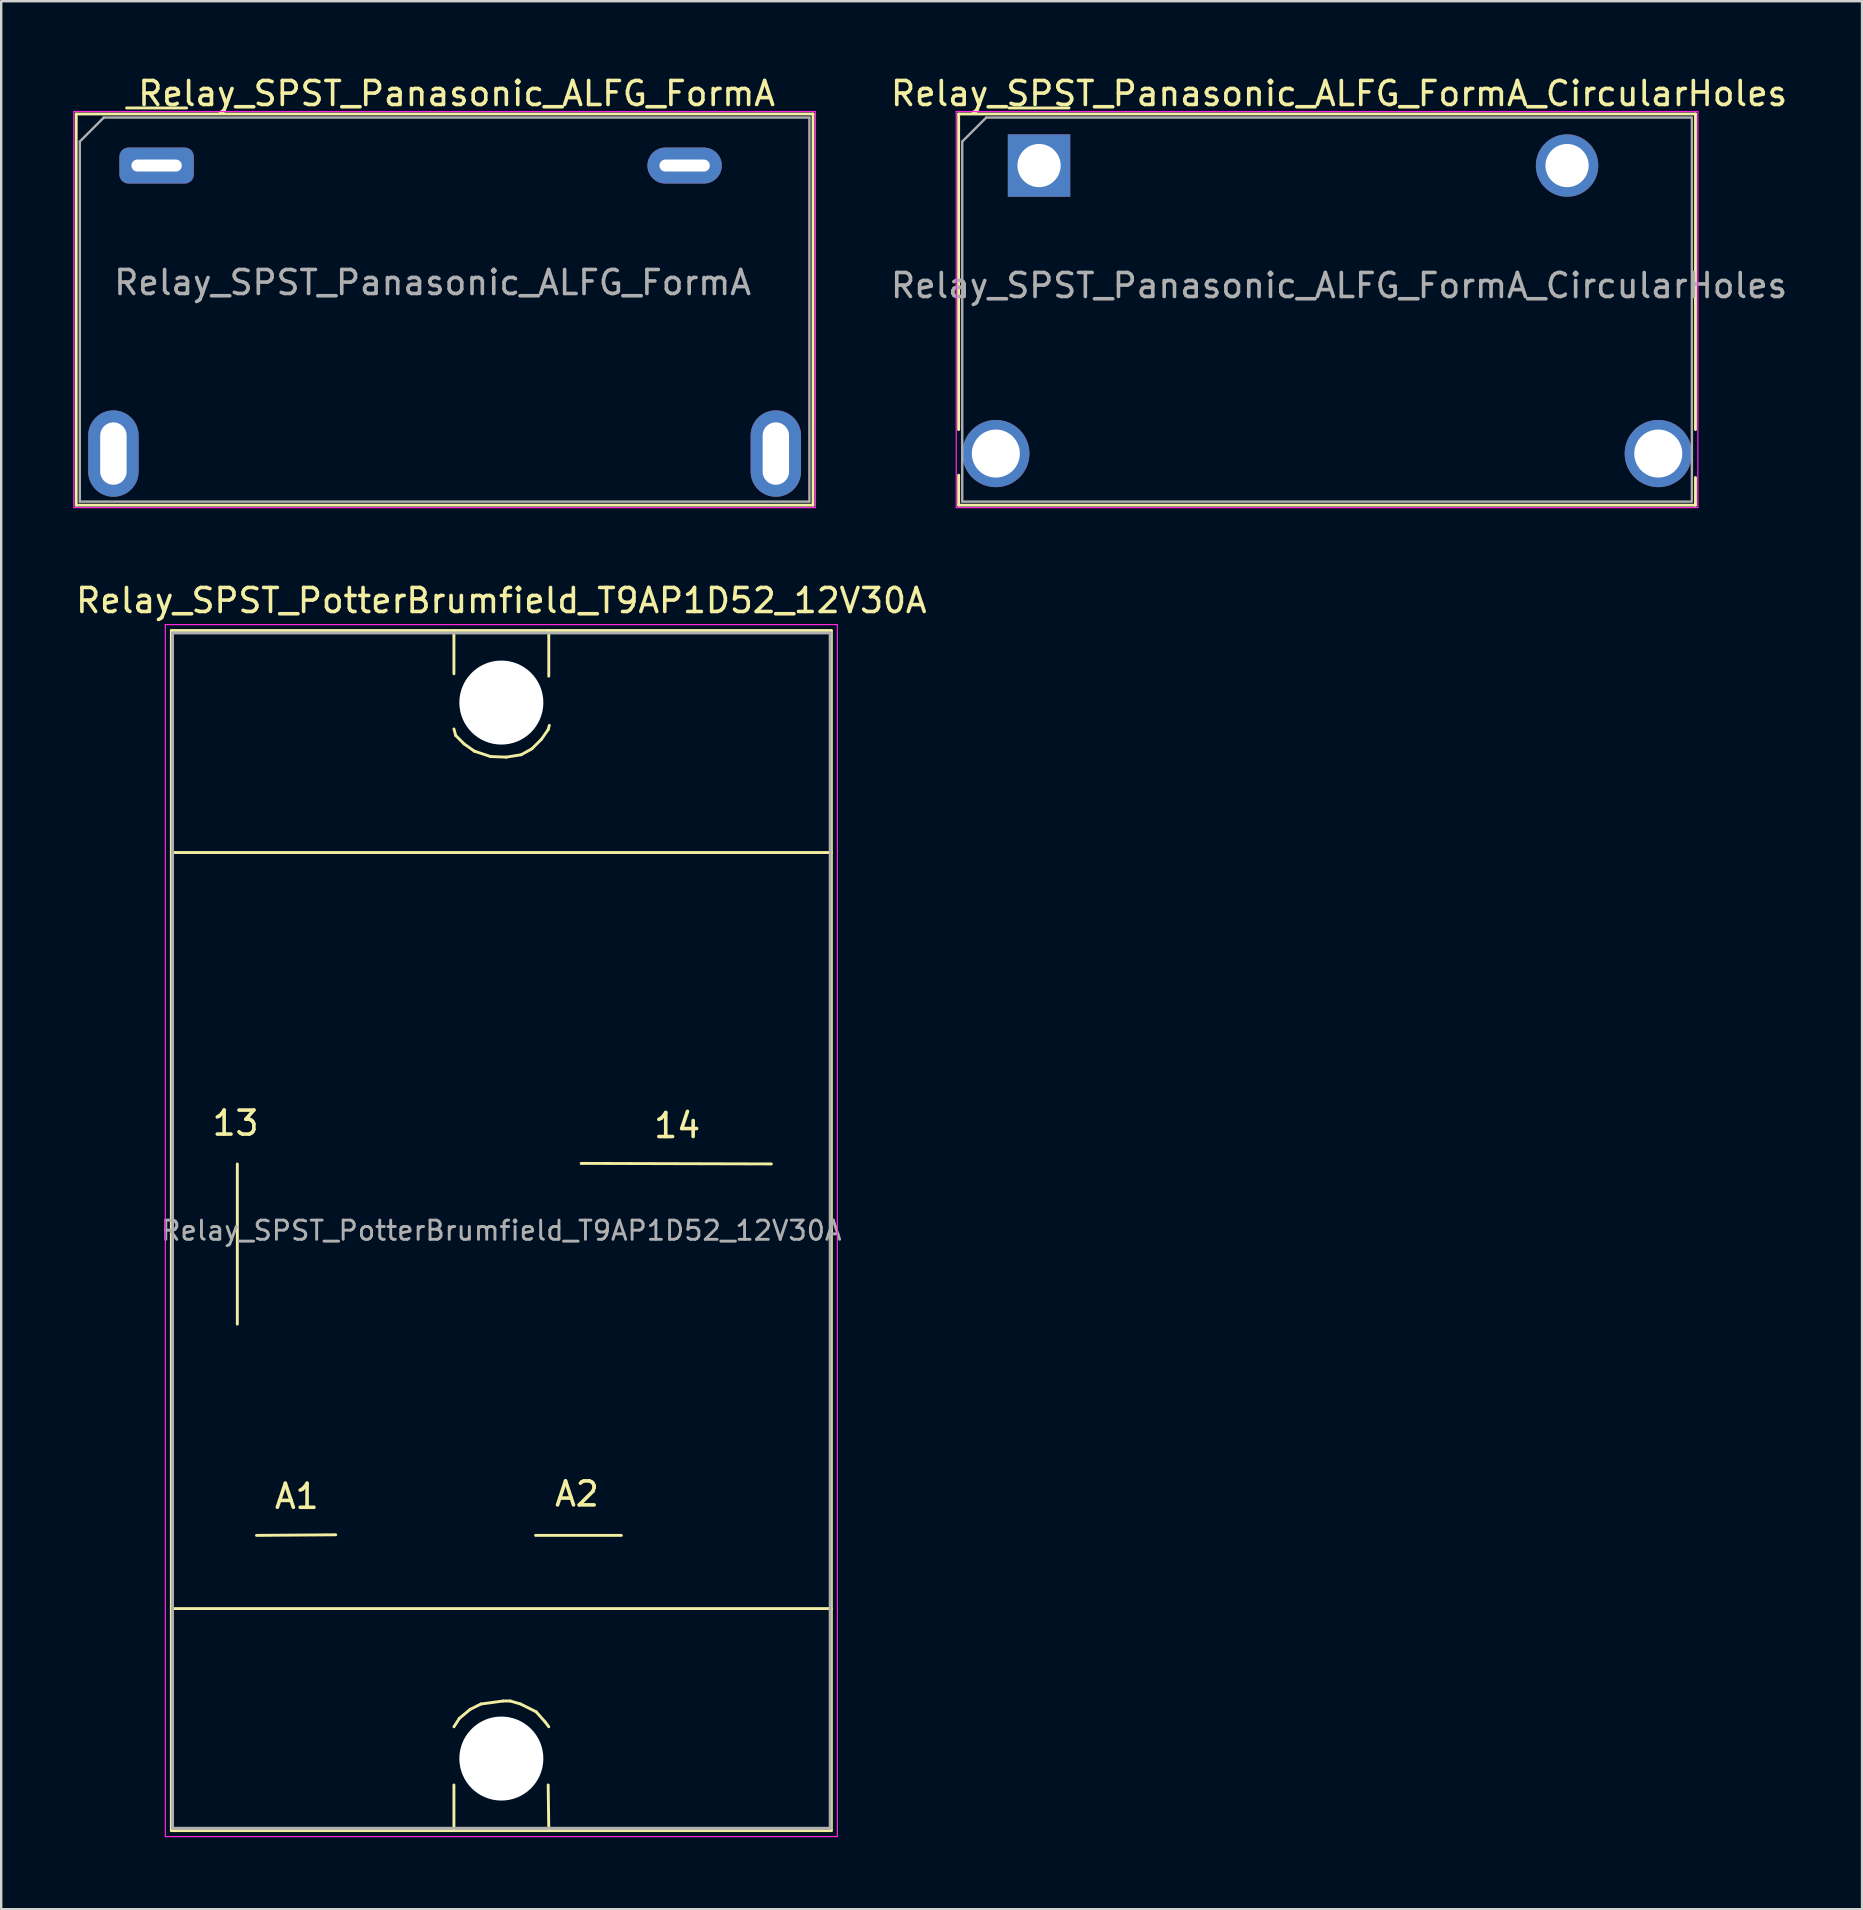
<source format=kicad_pcb>
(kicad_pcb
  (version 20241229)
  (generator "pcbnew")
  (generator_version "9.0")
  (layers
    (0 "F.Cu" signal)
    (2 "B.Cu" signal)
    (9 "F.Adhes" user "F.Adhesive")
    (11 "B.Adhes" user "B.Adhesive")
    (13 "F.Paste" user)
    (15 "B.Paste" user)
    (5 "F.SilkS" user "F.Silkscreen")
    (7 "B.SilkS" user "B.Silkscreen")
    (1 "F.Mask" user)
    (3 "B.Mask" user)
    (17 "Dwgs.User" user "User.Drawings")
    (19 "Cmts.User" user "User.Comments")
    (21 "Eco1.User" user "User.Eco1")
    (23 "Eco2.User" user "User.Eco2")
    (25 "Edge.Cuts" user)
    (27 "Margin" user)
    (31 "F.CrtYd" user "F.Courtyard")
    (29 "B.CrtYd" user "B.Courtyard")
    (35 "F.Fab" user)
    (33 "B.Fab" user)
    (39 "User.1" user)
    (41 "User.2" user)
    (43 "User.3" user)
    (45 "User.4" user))
  (footprint "Relay_SPST_PotterBrumfield_T9AP1D52_12V30A"
    (layer "F.Cu")
    (at 17.839 26.223)
    (property "Reference" "Relay_SPST_PotterBrumfield_T9AP1D52_12V30A" (at 0 -4.251 0) (layer "F.SilkS") (effects (font (size 1 1) (thickness 0.15))))
    (attr through_hole)
    (fp_line (start -13.749 -3.002) (end -13.749 47) (stroke (width 0.12) (type solid)) (layer "F.SilkS"))
    (fp_line (start -13.749 6.248) (end 13.749 6.248) (stroke (width 0.12) (type solid)) (layer "F.SilkS"))
    (fp_line (start -13.749 47) (end 13.749 47) (stroke (width 0.12) (type solid)) (layer "F.SilkS"))
    (fp_line (start -11.001 19.223) (end -11.001 25.898) (stroke (width 0.12) (type solid)) (layer "F.SilkS"))
    (fp_line (start -6.901 34.674) (end -10.201 34.699) (stroke (width 0.12) (type solid)) (layer "F.SilkS"))
    (fp_line (start -1.976 -1.201) (end -1.976 -3.002) (stroke (width 0.12) (type solid)) (layer "F.SilkS"))
    (fp_line (start -1.976 1.1) (end -1.9 1.374) (stroke (width 0.12) (type solid)) (layer "F.SilkS"))
    (fp_line (start -1.976 45.098) (end -1.976 47) (stroke (width 0.12) (type solid)) (layer "F.SilkS"))
    (fp_line (start -1.9 1.374) (end -1.549 1.725) (stroke (width 0.12) (type solid)) (layer "F.SilkS"))
    (fp_line (start -1.75 42.324) (end -1.976 42.675) (stroke (width 0.12) (type solid)) (layer "F.SilkS"))
    (fp_line (start -1.549 1.725) (end -1.125 2.024) (stroke (width 0.12) (type solid)) (layer "F.SilkS"))
    (fp_line (start -1.3 41.948) (end -1.75 42.324) (stroke (width 0.12) (type solid)) (layer "F.SilkS"))
    (fp_line (start -1.125 2.024) (end -0.45 2.248) (stroke (width 0.12) (type solid)) (layer "F.SilkS"))
    (fp_line (start -0.851 41.725) (end -1.3 41.948) (stroke (width 0.12) (type solid)) (layer "F.SilkS"))
    (fp_line (start -0.45 2.248) (end 0.201 2.273) (stroke (width 0.12) (type solid)) (layer "F.SilkS"))
    (fp_line (start 0.076 41.6) (end -0.851 41.725) (stroke (width 0.12) (type solid)) (layer "F.SilkS"))
    (fp_line (start 0.201 2.273) (end 0.826 2.174) (stroke (width 0.12) (type solid)) (layer "F.SilkS"))
    (fp_line (start 0.376 41.6) (end 0.076 41.6) (stroke (width 0.12) (type solid)) (layer "F.SilkS"))
    (fp_line (start 0.8 41.725) (end 0.376 41.6) (stroke (width 0.12) (type solid)) (layer "F.SilkS"))
    (fp_line (start 0.826 2.174) (end 1.275 1.923) (stroke (width 0.12) (type solid)) (layer "F.SilkS"))
    (fp_line (start 1.275 1.923) (end 1.674 1.524) (stroke (width 0.12) (type solid)) (layer "F.SilkS"))
    (fp_line (start 1.425 34.699) (end 5.001 34.699) (stroke (width 0.12) (type solid)) (layer "F.SilkS"))
    (fp_line (start 1.45 42.05) (end 0.8 41.725) (stroke (width 0.12) (type solid)) (layer "F.SilkS"))
    (fp_line (start 1.674 1.524) (end 1.951 1.123) (stroke (width 0.12) (type solid)) (layer "F.SilkS"))
    (fp_line (start 1.826 42.474) (end 1.45 42.05) (stroke (width 0.12) (type solid)) (layer "F.SilkS"))
    (fp_line (start 1.951 1.123) (end 1.999 0.95) (stroke (width 0.12) (type solid)) (layer "F.SilkS"))
    (fp_line (start 1.951 45.098) (end 1.976 46.975) (stroke (width 0.12) (type solid)) (layer "F.SilkS"))
    (fp_line (start 1.976 -1.1) (end 1.976 -3.002) (stroke (width 0.12) (type solid)) (layer "F.SilkS"))
    (fp_line (start 1.976 42.675) (end 1.826 42.474) (stroke (width 0.12) (type solid)) (layer "F.SilkS"))
    (fp_line (start 3.35 19.2) (end 3.325 19.2) (stroke (width 0.12) (type solid)) (layer "F.SilkS"))
    (fp_line (start 11.25 19.223) (end 3.35 19.2) (stroke (width 0.12) (type solid)) (layer "F.SilkS"))
    (fp_line (start 13.749 -3.002) (end -13.749 -3.002) (stroke (width 0.12) (type solid)) (layer "F.SilkS"))
    (fp_line (start 13.749 21.999) (end 13.749 -3.002) (stroke (width 0.12) (type solid)) (layer "F.SilkS"))
    (fp_line (start 13.749 37.749) (end -13.749 37.749) (stroke (width 0.12) (type solid)) (layer "F.SilkS"))
    (fp_line (start 13.749 47) (end 13.749 21.999) (stroke (width 0.12) (type solid)) (layer "F.SilkS"))
    (fp_line (start -14 -3.25) (end -14 47.25) (stroke (width 0.05) (type solid)) (layer "F.CrtYd"))
    (fp_line (start -14 47.25) (end 14 47.25) (stroke (width 0.05) (type solid)) (layer "F.CrtYd"))
    (fp_line (start 14 -3.25) (end -14 -3.25) (stroke (width 0.05) (type solid)) (layer "F.CrtYd"))
    (fp_line (start 14 47.25) (end 14 -3.25) (stroke (width 0.05) (type solid)) (layer "F.CrtYd"))
    (fp_line (start -13.7 -2.9) (end -13.7 46.9) (stroke (width 0.12) (type solid)) (layer "F.Fab"))
    (fp_line (start -13.7 46.9) (end 13.7 46.9) (stroke (width 0.12) (type solid)) (layer "F.Fab"))
    (fp_line (start 13.7 -2.9) (end -13.7 -2.9) (stroke (width 0.12) (type solid)) (layer "F.Fab"))
    (fp_line (start 13.7 46.9) (end 13.7 -2.9) (stroke (width 0.12) (type solid)) (layer "F.Fab"))
    (fp_text user "A1" (at -8.524 33.073 0) (layer "F.SilkS") (effects (font (size 1 1) (thickness 0.15))))
    (fp_text user "A2" (at 3.15 32.974 0) (layer "F.SilkS") (effects (font (size 1 1) (thickness 0.15))))
    (fp_text user "14" (at 7.325 17.625 0) (layer "F.SilkS") (effects (font (size 1 1) (thickness 0.15))))
    (fp_text user "13" (at -11.074 17.523 0) (layer "F.SilkS") (effects (font (size 1 1) (thickness 0.15))))
    (fp_text user "${REFERENCE}" (at 0 21.999 0) (layer "F.Fab") (effects (font (size 0.8 0.8) (thickness 0.12))))
    (pad "" np_thru_hole circle (at 0 0) (size 3.5 3.5) (drill 3.5) (layers "*.Cu" "*.Mask"))
    (pad "" np_thru_hole circle (at 0 43.998) (size 3.5 3.5) (drill 3.5) (layers "*.Cu" "*.Mask")))
  (footprint "Relay_SPST_Panasonic_ALFG_FormA_CircularHoles"
    (layer "F.Cu")
    (at 40.242 3.848)
    (property "Reference" "Relay_SPST_Panasonic_ALFG_FormA_CircularHoles" (at 12.5 -3 0) (layer "F.SilkS") (effects (font (size 1 1) (thickness 0.15))))
    (attr through_hole)
    (fp_line (start -3.35 -2.15) (end -3.35 11) (stroke (width 0.12) (type solid)) (layer "F.SilkS"))
    (fp_line (start -3.35 14.15) (end -3.35 12.9) (stroke (width 0.12) (type solid)) (layer "F.SilkS"))
    (fp_line (start -3.35 14.15) (end 27.35 14.15) (stroke (width 0.12) (type solid)) (layer "F.SilkS"))
    (fp_line (start -1.25 -2.4) (end 1.25 -2.4) (stroke (width 0.12) (type solid)) (layer "F.SilkS"))
    (fp_line (start 27.35 -2.15) (end -3.35 -2.15) (stroke (width 0.12) (type solid)) (layer "F.SilkS"))
    (fp_line (start 27.35 11) (end 27.35 -2.15) (stroke (width 0.12) (type solid)) (layer "F.SilkS"))
    (fp_line (start 27.35 14.15) (end 27.35 13) (stroke (width 0.12) (type solid)) (layer "F.SilkS"))
    (fp_line (start -3.45 -2.25) (end -3.45 14.25) (stroke (width 0.05) (type solid)) (layer "F.CrtYd"))
    (fp_line (start -3.45 -2.25) (end 27.45 -2.25) (stroke (width 0.05) (type solid)) (layer "F.CrtYd"))
    (fp_line (start -3.45 14.25) (end 27.45 14.25) (stroke (width 0.05) (type solid)) (layer "F.CrtYd"))
    (fp_line (start 27.45 -2.25) (end 27.45 14.25) (stroke (width 0.05) (type solid)) (layer "F.CrtYd"))
    (fp_line (start -3.2 -1) (end -2.2 -2) (stroke (width 0.1) (type default)) (layer "F.Fab"))
    (fp_line (start -3.2 14) (end -3.2 -1) (stroke (width 0.1) (type solid)) (layer "F.Fab"))
    (fp_line (start -2.2 -2) (end 27.2 -2) (stroke (width 0.1) (type solid)) (layer "F.Fab"))
    (fp_line (start 27.2 -2) (end 27.2 14) (stroke (width 0.1) (type solid)) (layer "F.Fab"))
    (fp_line (start 27.2 14) (end -3.2 14) (stroke (width 0.1) (type solid)) (layer "F.Fab"))
    (fp_text user "${REFERENCE}" (at 12.5 5 0) (layer "F.Fab") (effects (font (size 1 1) (thickness 0.15))))
    (pad "11" thru_hole circle (at -1.8 12) (size 2.8 2.8) (drill 2) (layers "*.Cu" "*.Mask"))
    (pad "14" thru_hole circle (at 25.8 12) (size 2.8 2.8) (drill 2) (layers "*.Cu" "*.Mask"))
    (pad "A1" thru_hole rect (at 0 0) (size 2.6 2.6) (drill 1.8) (layers "*.Cu" "*.Mask"))
    (pad "A2" thru_hole circle (at 22 0) (size 2.6 2.6) (drill 1.8) (layers "*.Cu" "*.Mask")))
  (footprint "Relay_SPST_Panasonic_ALFG_FormA"
    (layer "F.Cu")
    (at 3.475 3.848)
    (property "Reference" "Relay_SPST_Panasonic_ALFG_FormA" (at 12.5 -3 0) (layer "F.SilkS") (effects (font (size 1 1) (thickness 0.15))))
    (attr through_hole)
    (fp_line (start -3.35 -2.15) (end -3.35 14.15) (stroke (width 0.12) (type solid)) (layer "F.SilkS"))
    (fp_line (start -3.35 14.15) (end 27.35 14.15) (stroke (width 0.12) (type solid)) (layer "F.SilkS"))
    (fp_line (start -1.25 -2.4) (end 1.25 -2.4) (stroke (width 0.12) (type solid)) (layer "F.SilkS"))
    (fp_line (start 27.35 -2.15) (end -3.35 -2.15) (stroke (width 0.12) (type solid)) (layer "F.SilkS"))
    (fp_line (start 27.35 14.15) (end 27.35 -2.15) (stroke (width 0.12) (type solid)) (layer "F.SilkS"))
    (fp_line (start -3.45 -2.25) (end -3.45 14.25) (stroke (width 0.05) (type solid)) (layer "F.CrtYd"))
    (fp_line (start -3.45 -2.25) (end 27.45 -2.25) (stroke (width 0.05) (type solid)) (layer "F.CrtYd"))
    (fp_line (start -3.45 14.25) (end 27.45 14.25) (stroke (width 0.05) (type solid)) (layer "F.CrtYd"))
    (fp_line (start 27.45 -2.25) (end 27.45 14.25) (stroke (width 0.05) (type solid)) (layer "F.CrtYd"))
    (fp_line (start -3.2 -1) (end -2.2 -2) (stroke (width 0.1) (type default)) (layer "F.Fab"))
    (fp_line (start -3.2 14) (end -3.2 -1) (stroke (width 0.1) (type solid)) (layer "F.Fab"))
    (fp_line (start -2.2 -2) (end 27.2 -2) (stroke (width 0.1) (type solid)) (layer "F.Fab"))
    (fp_line (start 27.2 -2) (end 27.2 14) (stroke (width 0.1) (type solid)) (layer "F.Fab"))
    (fp_line (start 27.2 14) (end -3.2 14) (stroke (width 0.1) (type solid)) (layer "F.Fab"))
    (fp_text user "${REFERENCE}" (at 11.5 4.875 0) (layer "F.Fab") (effects (font (size 1 1) (thickness 0.15))))
    (pad "11" thru_hole oval (at -1.8 12) (size 2.1 3.6) (drill oval 1.1 2.6) (layers "*.Cu" "*.Mask"))
    (pad "14" thru_hole oval (at 25.8 12) (size 2.1 3.6) (drill oval 1.1 2.6) (layers "*.Cu" "*.Mask"))
    (pad "A1" thru_hole roundrect (at 0 0) (size 3.1 1.5) (drill oval 2.1 0.5) (layers "*.Cu" "*.Mask") (roundrect_rratio 0.25))
    (pad "A2" thru_hole oval (at 22 0) (size 3.1 1.5) (drill oval 2.1 0.5) (layers "*.Cu" "*.Mask")))
  (gr_rect
    (start -3 -3)
    (end 74.533 76.498)
    (stroke (width 0.1) (type default))
    (fill no)
    (layer "Edge.Cuts")))
</source>
